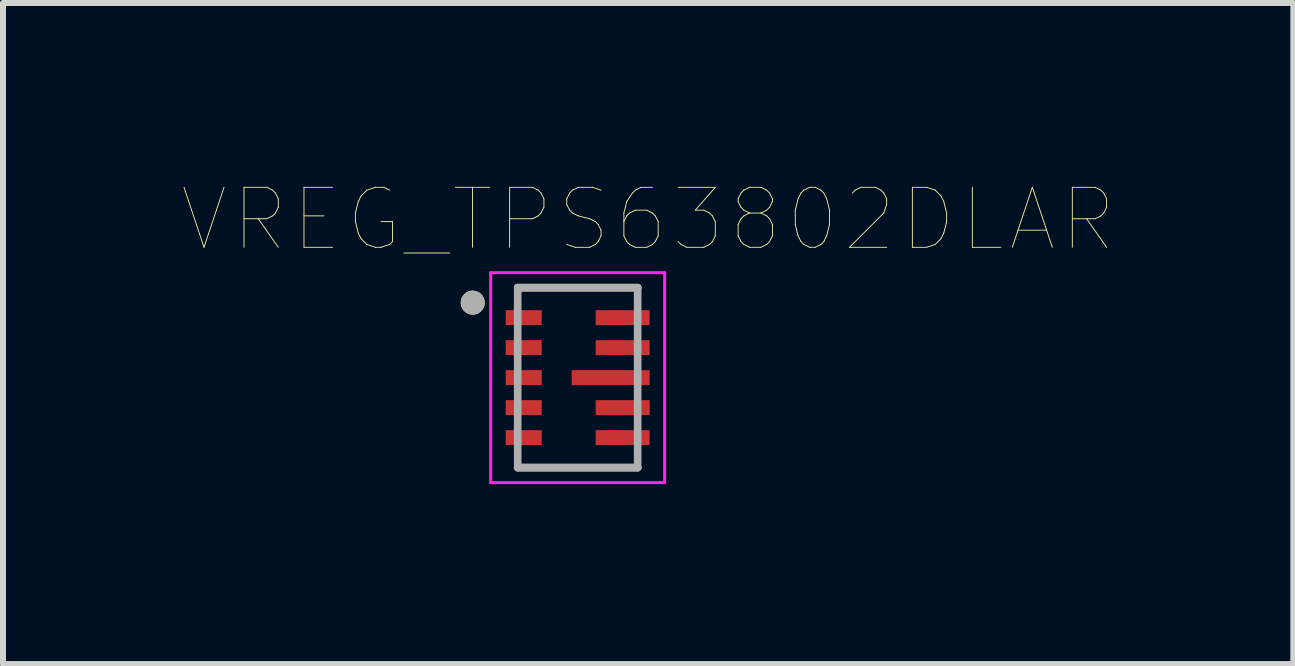
<source format=kicad_pcb>
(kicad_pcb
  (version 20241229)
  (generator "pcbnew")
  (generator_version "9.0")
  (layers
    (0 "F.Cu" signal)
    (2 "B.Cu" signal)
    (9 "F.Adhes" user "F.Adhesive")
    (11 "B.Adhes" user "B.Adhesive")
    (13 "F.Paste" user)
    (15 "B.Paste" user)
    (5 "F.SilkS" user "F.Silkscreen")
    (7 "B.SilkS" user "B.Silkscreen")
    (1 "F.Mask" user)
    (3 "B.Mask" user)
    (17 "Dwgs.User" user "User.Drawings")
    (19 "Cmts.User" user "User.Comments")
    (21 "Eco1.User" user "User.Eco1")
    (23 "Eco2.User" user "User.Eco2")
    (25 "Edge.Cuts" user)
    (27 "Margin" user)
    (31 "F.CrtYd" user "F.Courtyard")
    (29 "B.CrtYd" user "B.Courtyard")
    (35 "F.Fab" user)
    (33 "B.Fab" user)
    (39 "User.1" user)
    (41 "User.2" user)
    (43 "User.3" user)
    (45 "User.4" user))
  (footprint "VREG_TPS63802DLAR"
    (layer "F.Cu")
    (at 6.581 3.246)
    (property "Reference" "VREG_TPS63802DLAR" (at 1.175 -2.635 0) (layer "F.SilkS") (effects (font (size 1 1) (thickness 0.015))))
    (attr through_hole)
    (fp_poly (pts (xy -0.53 -1.075) (xy -0.53 -0.925) (xy -0.53 -0.919) (xy -0.531 -0.912) (xy -0.531 -0.906) (xy -0.533 -0.9) (xy -0.534 -0.894) (xy -0.536 -0.888) (xy -0.538 -0.882) (xy -0.54 -0.876) (xy -0.543 -0.871) (xy -0.546 -0.865) (xy -0.549 -0.86) (xy -0.553 -0.854) (xy -0.557 -0.849) (xy -0.561 -0.845) (xy -0.565 -0.84) (xy -0.57 -0.836) (xy -0.574 -0.832) (xy -0.579 -0.828) (xy -0.585 -0.824) (xy -0.59 -0.821) (xy -0.596 -0.818) (xy -0.601 -0.815) (xy -0.607 -0.813) (xy -0.613 -0.811) (xy -0.619 -0.809) (xy -0.625 -0.808) (xy -0.631 -0.806) (xy -0.637 -0.806) (xy -0.644 -0.805) (xy -0.65 -0.805) (xy -1.15 -0.805) (xy -1.156 -0.805) (xy -1.163 -0.806) (xy -1.169 -0.806) (xy -1.175 -0.808) (xy -1.181 -0.809) (xy -1.187 -0.811) (xy -1.193 -0.813) (xy -1.199 -0.815) (xy -1.204 -0.818) (xy -1.21 -0.821) (xy -1.215 -0.824) (xy -1.221 -0.828) (xy -1.226 -0.832) (xy -1.23 -0.836) (xy -1.235 -0.84) (xy -1.239 -0.845) (xy -1.243 -0.849) (xy -1.247 -0.854) (xy -1.251 -0.86) (xy -1.254 -0.865) (xy -1.257 -0.871) (xy -1.26 -0.876) (xy -1.262 -0.882) (xy -1.264 -0.888) (xy -1.266 -0.894) (xy -1.267 -0.9) (xy -1.269 -0.906) (xy -1.269 -0.912) (xy -1.27 -0.919) (xy -1.27 -0.925) (xy -1.27 -1.075) (xy -1.27 -1.081) (xy -1.269 -1.088) (xy -1.269 -1.094) (xy -1.267 -1.1) (xy -1.266 -1.106) (xy -1.264 -1.112) (xy -1.262 -1.118) (xy -1.26 -1.124) (xy -1.257 -1.129) (xy -1.254 -1.135) (xy -1.251 -1.14) (xy -1.247 -1.146) (xy -1.243 -1.151) (xy -1.239 -1.155) (xy -1.235 -1.16) (xy -1.23 -1.164) (xy -1.226 -1.168) (xy -1.221 -1.172) (xy -1.215 -1.176) (xy -1.21 -1.179) (xy -1.204 -1.182) (xy -1.199 -1.185) (xy -1.193 -1.187) (xy -1.187 -1.189) (xy -1.181 -1.191) (xy -1.175 -1.192) (xy -1.169 -1.194) (xy -1.163 -1.194) (xy -1.156 -1.195) (xy -1.15 -1.195) (xy -0.65 -1.195) (xy -0.644 -1.195) (xy -0.637 -1.194) (xy -0.631 -1.194) (xy -0.625 -1.192) (xy -0.619 -1.191) (xy -0.613 -1.189) (xy -0.607 -1.187) (xy -0.601 -1.185) (xy -0.596 -1.182) (xy -0.59 -1.179) (xy -0.585 -1.176) (xy -0.579 -1.172) (xy -0.574 -1.168) (xy -0.57 -1.164) (xy -0.565 -1.16) (xy -0.561 -1.155) (xy -0.557 -1.151) (xy -0.553 -1.146) (xy -0.549 -1.14) (xy -0.546 -1.135) (xy -0.543 -1.129) (xy -0.54 -1.124) (xy -0.538 -1.118) (xy -0.536 -1.112) (xy -0.534 -1.106) (xy -0.533 -1.1) (xy -0.531 -1.094) (xy -0.531 -1.088) (xy -0.53 -1.081) (xy -0.53 -1.075)) (stroke (width 0.01) (type solid)) (fill yes) (layer "F.Mask"))
    (fp_poly (pts (xy -0.53 -0.575) (xy -0.53 -0.425) (xy -0.53 -0.419) (xy -0.531 -0.412) (xy -0.531 -0.406) (xy -0.533 -0.4) (xy -0.534 -0.394) (xy -0.536 -0.388) (xy -0.538 -0.382) (xy -0.54 -0.376) (xy -0.543 -0.371) (xy -0.546 -0.365) (xy -0.549 -0.36) (xy -0.553 -0.354) (xy -0.557 -0.349) (xy -0.561 -0.345) (xy -0.565 -0.34) (xy -0.57 -0.336) (xy -0.574 -0.332) (xy -0.579 -0.328) (xy -0.585 -0.324) (xy -0.59 -0.321) (xy -0.596 -0.318) (xy -0.601 -0.315) (xy -0.607 -0.313) (xy -0.613 -0.311) (xy -0.619 -0.309) (xy -0.625 -0.308) (xy -0.631 -0.306) (xy -0.637 -0.306) (xy -0.644 -0.305) (xy -0.65 -0.305) (xy -1.15 -0.305) (xy -1.156 -0.305) (xy -1.163 -0.306) (xy -1.169 -0.306) (xy -1.175 -0.308) (xy -1.181 -0.309) (xy -1.187 -0.311) (xy -1.193 -0.313) (xy -1.199 -0.315) (xy -1.204 -0.318) (xy -1.21 -0.321) (xy -1.215 -0.324) (xy -1.221 -0.328) (xy -1.226 -0.332) (xy -1.23 -0.336) (xy -1.235 -0.34) (xy -1.239 -0.345) (xy -1.243 -0.349) (xy -1.247 -0.354) (xy -1.251 -0.36) (xy -1.254 -0.365) (xy -1.257 -0.371) (xy -1.26 -0.376) (xy -1.262 -0.382) (xy -1.264 -0.388) (xy -1.266 -0.394) (xy -1.267 -0.4) (xy -1.269 -0.406) (xy -1.269 -0.412) (xy -1.27 -0.419) (xy -1.27 -0.425) (xy -1.27 -0.575) (xy -1.27 -0.581) (xy -1.269 -0.588) (xy -1.269 -0.594) (xy -1.267 -0.6) (xy -1.266 -0.606) (xy -1.264 -0.612) (xy -1.262 -0.618) (xy -1.26 -0.624) (xy -1.257 -0.629) (xy -1.254 -0.635) (xy -1.251 -0.64) (xy -1.247 -0.646) (xy -1.243 -0.651) (xy -1.239 -0.655) (xy -1.235 -0.66) (xy -1.23 -0.664) (xy -1.226 -0.668) (xy -1.221 -0.672) (xy -1.215 -0.676) (xy -1.21 -0.679) (xy -1.204 -0.682) (xy -1.199 -0.685) (xy -1.193 -0.687) (xy -1.187 -0.689) (xy -1.181 -0.691) (xy -1.175 -0.692) (xy -1.169 -0.694) (xy -1.163 -0.694) (xy -1.156 -0.695) (xy -1.15 -0.695) (xy -0.65 -0.695) (xy -0.644 -0.695) (xy -0.637 -0.694) (xy -0.631 -0.694) (xy -0.625 -0.692) (xy -0.619 -0.691) (xy -0.613 -0.689) (xy -0.607 -0.687) (xy -0.601 -0.685) (xy -0.596 -0.682) (xy -0.59 -0.679) (xy -0.585 -0.676) (xy -0.579 -0.672) (xy -0.574 -0.668) (xy -0.57 -0.664) (xy -0.565 -0.66) (xy -0.561 -0.655) (xy -0.557 -0.651) (xy -0.553 -0.646) (xy -0.549 -0.64) (xy -0.546 -0.635) (xy -0.543 -0.629) (xy -0.54 -0.624) (xy -0.538 -0.618) (xy -0.536 -0.612) (xy -0.534 -0.606) (xy -0.533 -0.6) (xy -0.531 -0.594) (xy -0.531 -0.588) (xy -0.53 -0.581) (xy -0.53 -0.575)) (stroke (width 0.01) (type solid)) (fill yes) (layer "F.Mask"))
    (fp_poly (pts (xy -0.53 -0.075) (xy -0.53 0.075) (xy -0.53 0.081) (xy -0.531 0.088) (xy -0.531 0.094) (xy -0.533 0.1) (xy -0.534 0.106) (xy -0.536 0.112) (xy -0.538 0.118) (xy -0.54 0.124) (xy -0.543 0.129) (xy -0.546 0.135) (xy -0.549 0.14) (xy -0.553 0.146) (xy -0.557 0.151) (xy -0.561 0.155) (xy -0.565 0.16) (xy -0.57 0.164) (xy -0.574 0.168) (xy -0.579 0.172) (xy -0.585 0.176) (xy -0.59 0.179) (xy -0.596 0.182) (xy -0.601 0.185) (xy -0.607 0.187) (xy -0.613 0.189) (xy -0.619 0.191) (xy -0.625 0.192) (xy -0.631 0.194) (xy -0.637 0.194) (xy -0.644 0.195) (xy -0.65 0.195) (xy -1.15 0.195) (xy -1.156 0.195) (xy -1.163 0.194) (xy -1.169 0.194) (xy -1.175 0.192) (xy -1.181 0.191) (xy -1.187 0.189) (xy -1.193 0.187) (xy -1.199 0.185) (xy -1.204 0.182) (xy -1.21 0.179) (xy -1.215 0.176) (xy -1.221 0.172) (xy -1.226 0.168) (xy -1.23 0.164) (xy -1.235 0.16) (xy -1.239 0.155) (xy -1.243 0.151) (xy -1.247 0.146) (xy -1.251 0.14) (xy -1.254 0.135) (xy -1.257 0.129) (xy -1.26 0.124) (xy -1.262 0.118) (xy -1.264 0.112) (xy -1.266 0.106) (xy -1.267 0.1) (xy -1.269 0.094) (xy -1.269 0.088) (xy -1.27 0.081) (xy -1.27 0.075) (xy -1.27 -0.075) (xy -1.27 -0.081) (xy -1.269 -0.088) (xy -1.269 -0.094) (xy -1.267 -0.1) (xy -1.266 -0.106) (xy -1.264 -0.112) (xy -1.262 -0.118) (xy -1.26 -0.124) (xy -1.257 -0.129) (xy -1.254 -0.135) (xy -1.251 -0.14) (xy -1.247 -0.146) (xy -1.243 -0.151) (xy -1.239 -0.155) (xy -1.235 -0.16) (xy -1.23 -0.164) (xy -1.226 -0.168) (xy -1.221 -0.172) (xy -1.215 -0.176) (xy -1.21 -0.179) (xy -1.204 -0.182) (xy -1.199 -0.185) (xy -1.193 -0.187) (xy -1.187 -0.189) (xy -1.181 -0.191) (xy -1.175 -0.192) (xy -1.169 -0.194) (xy -1.163 -0.194) (xy -1.156 -0.195) (xy -1.15 -0.195) (xy -0.65 -0.195) (xy -0.644 -0.195) (xy -0.637 -0.194) (xy -0.631 -0.194) (xy -0.625 -0.192) (xy -0.619 -0.191) (xy -0.613 -0.189) (xy -0.607 -0.187) (xy -0.601 -0.185) (xy -0.596 -0.182) (xy -0.59 -0.179) (xy -0.585 -0.176) (xy -0.579 -0.172) (xy -0.574 -0.168) (xy -0.57 -0.164) (xy -0.565 -0.16) (xy -0.561 -0.155) (xy -0.557 -0.151) (xy -0.553 -0.146) (xy -0.549 -0.14) (xy -0.546 -0.135) (xy -0.543 -0.129) (xy -0.54 -0.124) (xy -0.538 -0.118) (xy -0.536 -0.112) (xy -0.534 -0.106) (xy -0.533 -0.1) (xy -0.531 -0.094) (xy -0.531 -0.088) (xy -0.53 -0.081) (xy -0.53 -0.075)) (stroke (width 0.01) (type solid)) (fill yes) (layer "F.Mask"))
    (fp_poly (pts (xy -0.53 0.425) (xy -0.53 0.575) (xy -0.53 0.581) (xy -0.531 0.588) (xy -0.531 0.594) (xy -0.533 0.6) (xy -0.534 0.606) (xy -0.536 0.612) (xy -0.538 0.618) (xy -0.54 0.624) (xy -0.543 0.629) (xy -0.546 0.635) (xy -0.549 0.64) (xy -0.553 0.646) (xy -0.557 0.651) (xy -0.561 0.655) (xy -0.565 0.66) (xy -0.57 0.664) (xy -0.574 0.668) (xy -0.579 0.672) (xy -0.585 0.676) (xy -0.59 0.679) (xy -0.596 0.682) (xy -0.601 0.685) (xy -0.607 0.687) (xy -0.613 0.689) (xy -0.619 0.691) (xy -0.625 0.692) (xy -0.631 0.694) (xy -0.637 0.694) (xy -0.644 0.695) (xy -0.65 0.695) (xy -1.15 0.695) (xy -1.156 0.695) (xy -1.163 0.694) (xy -1.169 0.694) (xy -1.175 0.692) (xy -1.181 0.691) (xy -1.187 0.689) (xy -1.193 0.687) (xy -1.199 0.685) (xy -1.204 0.682) (xy -1.21 0.679) (xy -1.215 0.676) (xy -1.221 0.672) (xy -1.226 0.668) (xy -1.23 0.664) (xy -1.235 0.66) (xy -1.239 0.655) (xy -1.243 0.651) (xy -1.247 0.646) (xy -1.251 0.64) (xy -1.254 0.635) (xy -1.257 0.629) (xy -1.26 0.624) (xy -1.262 0.618) (xy -1.264 0.612) (xy -1.266 0.606) (xy -1.267 0.6) (xy -1.269 0.594) (xy -1.269 0.588) (xy -1.27 0.581) (xy -1.27 0.575) (xy -1.27 0.425) (xy -1.27 0.419) (xy -1.269 0.412) (xy -1.269 0.406) (xy -1.267 0.4) (xy -1.266 0.394) (xy -1.264 0.388) (xy -1.262 0.382) (xy -1.26 0.376) (xy -1.257 0.371) (xy -1.254 0.365) (xy -1.251 0.36) (xy -1.247 0.354) (xy -1.243 0.349) (xy -1.239 0.345) (xy -1.235 0.34) (xy -1.23 0.336) (xy -1.226 0.332) (xy -1.221 0.328) (xy -1.215 0.324) (xy -1.21 0.321) (xy -1.204 0.318) (xy -1.199 0.315) (xy -1.193 0.313) (xy -1.187 0.311) (xy -1.181 0.309) (xy -1.175 0.308) (xy -1.169 0.306) (xy -1.163 0.306) (xy -1.156 0.305) (xy -1.15 0.305) (xy -0.65 0.305) (xy -0.644 0.305) (xy -0.637 0.306) (xy -0.631 0.306) (xy -0.625 0.308) (xy -0.619 0.309) (xy -0.613 0.311) (xy -0.607 0.313) (xy -0.601 0.315) (xy -0.596 0.318) (xy -0.59 0.321) (xy -0.585 0.324) (xy -0.579 0.328) (xy -0.574 0.332) (xy -0.57 0.336) (xy -0.565 0.34) (xy -0.561 0.345) (xy -0.557 0.349) (xy -0.553 0.354) (xy -0.549 0.36) (xy -0.546 0.365) (xy -0.543 0.371) (xy -0.54 0.376) (xy -0.538 0.382) (xy -0.536 0.388) (xy -0.534 0.394) (xy -0.533 0.4) (xy -0.531 0.406) (xy -0.531 0.412) (xy -0.53 0.419) (xy -0.53 0.425)) (stroke (width 0.01) (type solid)) (fill yes) (layer "F.Mask"))
    (fp_poly (pts (xy -0.53 0.925) (xy -0.53 1.075) (xy -0.53 1.081) (xy -0.531 1.088) (xy -0.531 1.094) (xy -0.533 1.1) (xy -0.534 1.106) (xy -0.536 1.112) (xy -0.538 1.118) (xy -0.54 1.124) (xy -0.543 1.129) (xy -0.546 1.135) (xy -0.549 1.14) (xy -0.553 1.146) (xy -0.557 1.151) (xy -0.561 1.155) (xy -0.565 1.16) (xy -0.57 1.164) (xy -0.574 1.168) (xy -0.579 1.172) (xy -0.585 1.176) (xy -0.59 1.179) (xy -0.596 1.182) (xy -0.601 1.185) (xy -0.607 1.187) (xy -0.613 1.189) (xy -0.619 1.191) (xy -0.625 1.192) (xy -0.631 1.194) (xy -0.637 1.194) (xy -0.644 1.195) (xy -0.65 1.195) (xy -1.15 1.195) (xy -1.156 1.195) (xy -1.163 1.194) (xy -1.169 1.194) (xy -1.175 1.192) (xy -1.181 1.191) (xy -1.187 1.189) (xy -1.193 1.187) (xy -1.199 1.185) (xy -1.204 1.182) (xy -1.21 1.179) (xy -1.215 1.176) (xy -1.221 1.172) (xy -1.226 1.168) (xy -1.23 1.164) (xy -1.235 1.16) (xy -1.239 1.155) (xy -1.243 1.151) (xy -1.247 1.146) (xy -1.251 1.14) (xy -1.254 1.135) (xy -1.257 1.129) (xy -1.26 1.124) (xy -1.262 1.118) (xy -1.264 1.112) (xy -1.266 1.106) (xy -1.267 1.1) (xy -1.269 1.094) (xy -1.269 1.088) (xy -1.27 1.081) (xy -1.27 1.075) (xy -1.27 0.925) (xy -1.27 0.919) (xy -1.269 0.912) (xy -1.269 0.906) (xy -1.267 0.9) (xy -1.266 0.894) (xy -1.264 0.888) (xy -1.262 0.882) (xy -1.26 0.876) (xy -1.257 0.871) (xy -1.254 0.865) (xy -1.251 0.86) (xy -1.247 0.854) (xy -1.243 0.849) (xy -1.239 0.845) (xy -1.235 0.84) (xy -1.23 0.836) (xy -1.226 0.832) (xy -1.221 0.828) (xy -1.215 0.824) (xy -1.21 0.821) (xy -1.204 0.818) (xy -1.199 0.815) (xy -1.193 0.813) (xy -1.187 0.811) (xy -1.181 0.809) (xy -1.175 0.808) (xy -1.169 0.806) (xy -1.163 0.806) (xy -1.156 0.805) (xy -1.15 0.805) (xy -0.65 0.805) (xy -0.644 0.805) (xy -0.637 0.806) (xy -0.631 0.806) (xy -0.625 0.808) (xy -0.619 0.809) (xy -0.613 0.811) (xy -0.607 0.813) (xy -0.601 0.815) (xy -0.596 0.818) (xy -0.59 0.821) (xy -0.585 0.824) (xy -0.579 0.828) (xy -0.574 0.832) (xy -0.57 0.836) (xy -0.565 0.84) (xy -0.561 0.845) (xy -0.557 0.849) (xy -0.553 0.854) (xy -0.549 0.86) (xy -0.546 0.865) (xy -0.543 0.871) (xy -0.54 0.876) (xy -0.538 0.882) (xy -0.536 0.888) (xy -0.534 0.894) (xy -0.533 0.9) (xy -0.531 0.906) (xy -0.531 0.912) (xy -0.53 0.919) (xy -0.53 0.925)) (stroke (width 0.01) (type solid)) (fill yes) (layer "F.Mask"))
    (fp_poly (pts (xy 1.27 -1.075) (xy 1.27 -0.925) (xy 1.27 -0.919) (xy 1.269 -0.912) (xy 1.269 -0.906) (xy 1.267 -0.9) (xy 1.266 -0.894) (xy 1.264 -0.888) (xy 1.262 -0.882) (xy 1.26 -0.876) (xy 1.257 -0.871) (xy 1.254 -0.865) (xy 1.251 -0.86) (xy 1.247 -0.854) (xy 1.243 -0.849) (xy 1.239 -0.845) (xy 1.235 -0.84) (xy 1.23 -0.836) (xy 1.226 -0.832) (xy 1.221 -0.828) (xy 1.215 -0.824) (xy 1.21 -0.821) (xy 1.204 -0.818) (xy 1.199 -0.815) (xy 1.193 -0.813) (xy 1.187 -0.811) (xy 1.181 -0.809) (xy 1.175 -0.808) (xy 1.169 -0.806) (xy 1.163 -0.806) (xy 1.156 -0.805) (xy 1.15 -0.805) (xy 0.35 -0.805) (xy 0.344 -0.805) (xy 0.337 -0.806) (xy 0.331 -0.806) (xy 0.325 -0.808) (xy 0.319 -0.809) (xy 0.313 -0.811) (xy 0.307 -0.813) (xy 0.301 -0.815) (xy 0.296 -0.818) (xy 0.29 -0.821) (xy 0.285 -0.824) (xy 0.279 -0.828) (xy 0.274 -0.832) (xy 0.27 -0.836) (xy 0.265 -0.84) (xy 0.261 -0.845) (xy 0.257 -0.849) (xy 0.253 -0.854) (xy 0.249 -0.86) (xy 0.246 -0.865) (xy 0.243 -0.871) (xy 0.24 -0.876) (xy 0.238 -0.882) (xy 0.236 -0.888) (xy 0.234 -0.894) (xy 0.233 -0.9) (xy 0.231 -0.906) (xy 0.231 -0.912) (xy 0.23 -0.919) (xy 0.23 -0.925) (xy 0.23 -1.075) (xy 0.23 -1.081) (xy 0.231 -1.088) (xy 0.231 -1.094) (xy 0.233 -1.1) (xy 0.234 -1.106) (xy 0.236 -1.112) (xy 0.238 -1.118) (xy 0.24 -1.124) (xy 0.243 -1.129) (xy 0.246 -1.135) (xy 0.249 -1.14) (xy 0.253 -1.146) (xy 0.257 -1.151) (xy 0.261 -1.155) (xy 0.265 -1.16) (xy 0.27 -1.164) (xy 0.274 -1.168) (xy 0.279 -1.172) (xy 0.285 -1.176) (xy 0.29 -1.179) (xy 0.296 -1.182) (xy 0.301 -1.185) (xy 0.307 -1.187) (xy 0.313 -1.189) (xy 0.319 -1.191) (xy 0.325 -1.192) (xy 0.331 -1.194) (xy 0.337 -1.194) (xy 0.344 -1.195) (xy 0.35 -1.195) (xy 1.15 -1.195) (xy 1.156 -1.195) (xy 1.163 -1.194) (xy 1.169 -1.194) (xy 1.175 -1.192) (xy 1.181 -1.191) (xy 1.187 -1.189) (xy 1.193 -1.187) (xy 1.199 -1.185) (xy 1.204 -1.182) (xy 1.21 -1.179) (xy 1.215 -1.176) (xy 1.221 -1.172) (xy 1.226 -1.168) (xy 1.23 -1.164) (xy 1.235 -1.16) (xy 1.239 -1.155) (xy 1.243 -1.151) (xy 1.247 -1.146) (xy 1.251 -1.14) (xy 1.254 -1.135) (xy 1.257 -1.129) (xy 1.26 -1.124) (xy 1.262 -1.118) (xy 1.264 -1.112) (xy 1.266 -1.106) (xy 1.267 -1.1) (xy 1.269 -1.094) (xy 1.269 -1.088) (xy 1.27 -1.081) (xy 1.27 -1.075)) (stroke (width 0.01) (type solid)) (fill yes) (layer "F.Mask"))
    (fp_poly (pts (xy 1.27 -0.575) (xy 1.27 -0.425) (xy 1.27 -0.419) (xy 1.269 -0.412) (xy 1.269 -0.406) (xy 1.267 -0.4) (xy 1.266 -0.394) (xy 1.264 -0.388) (xy 1.262 -0.382) (xy 1.26 -0.376) (xy 1.257 -0.371) (xy 1.254 -0.365) (xy 1.251 -0.36) (xy 1.247 -0.354) (xy 1.243 -0.349) (xy 1.239 -0.345) (xy 1.235 -0.34) (xy 1.23 -0.336) (xy 1.226 -0.332) (xy 1.221 -0.328) (xy 1.215 -0.324) (xy 1.21 -0.321) (xy 1.204 -0.318) (xy 1.199 -0.315) (xy 1.193 -0.313) (xy 1.187 -0.311) (xy 1.181 -0.309) (xy 1.175 -0.308) (xy 1.169 -0.306) (xy 1.163 -0.306) (xy 1.156 -0.305) (xy 1.15 -0.305) (xy 0.35 -0.305) (xy 0.344 -0.305) (xy 0.337 -0.306) (xy 0.331 -0.306) (xy 0.325 -0.308) (xy 0.319 -0.309) (xy 0.313 -0.311) (xy 0.307 -0.313) (xy 0.301 -0.315) (xy 0.296 -0.318) (xy 0.29 -0.321) (xy 0.285 -0.324) (xy 0.279 -0.328) (xy 0.274 -0.332) (xy 0.27 -0.336) (xy 0.265 -0.34) (xy 0.261 -0.345) (xy 0.257 -0.349) (xy 0.253 -0.354) (xy 0.249 -0.36) (xy 0.246 -0.365) (xy 0.243 -0.371) (xy 0.24 -0.376) (xy 0.238 -0.382) (xy 0.236 -0.388) (xy 0.234 -0.394) (xy 0.233 -0.4) (xy 0.231 -0.406) (xy 0.231 -0.412) (xy 0.23 -0.419) (xy 0.23 -0.425) (xy 0.23 -0.575) (xy 0.23 -0.581) (xy 0.231 -0.588) (xy 0.231 -0.594) (xy 0.233 -0.6) (xy 0.234 -0.606) (xy 0.236 -0.612) (xy 0.238 -0.618) (xy 0.24 -0.624) (xy 0.243 -0.629) (xy 0.246 -0.635) (xy 0.249 -0.64) (xy 0.253 -0.646) (xy 0.257 -0.651) (xy 0.261 -0.655) (xy 0.265 -0.66) (xy 0.27 -0.664) (xy 0.274 -0.668) (xy 0.279 -0.672) (xy 0.285 -0.676) (xy 0.29 -0.679) (xy 0.296 -0.682) (xy 0.301 -0.685) (xy 0.307 -0.687) (xy 0.313 -0.689) (xy 0.319 -0.691) (xy 0.325 -0.692) (xy 0.331 -0.694) (xy 0.337 -0.694) (xy 0.344 -0.695) (xy 0.35 -0.695) (xy 1.15 -0.695) (xy 1.156 -0.695) (xy 1.163 -0.694) (xy 1.169 -0.694) (xy 1.175 -0.692) (xy 1.181 -0.691) (xy 1.187 -0.689) (xy 1.193 -0.687) (xy 1.199 -0.685) (xy 1.204 -0.682) (xy 1.21 -0.679) (xy 1.215 -0.676) (xy 1.221 -0.672) (xy 1.226 -0.668) (xy 1.23 -0.664) (xy 1.235 -0.66) (xy 1.239 -0.655) (xy 1.243 -0.651) (xy 1.247 -0.646) (xy 1.251 -0.64) (xy 1.254 -0.635) (xy 1.257 -0.629) (xy 1.26 -0.624) (xy 1.262 -0.618) (xy 1.264 -0.612) (xy 1.266 -0.606) (xy 1.267 -0.6) (xy 1.269 -0.594) (xy 1.269 -0.588) (xy 1.27 -0.581) (xy 1.27 -0.575)) (stroke (width 0.01) (type solid)) (fill yes) (layer "F.Mask"))
    (fp_poly (pts (xy 1.27 -0.075) (xy 1.27 0.075) (xy 1.27 0.081) (xy 1.269 0.088) (xy 1.269 0.094) (xy 1.267 0.1) (xy 1.266 0.106) (xy 1.264 0.112) (xy 1.262 0.118) (xy 1.26 0.124) (xy 1.257 0.129) (xy 1.254 0.135) (xy 1.251 0.14) (xy 1.247 0.146) (xy 1.243 0.151) (xy 1.239 0.155) (xy 1.235 0.16) (xy 1.23 0.164) (xy 1.226 0.168) (xy 1.221 0.172) (xy 1.215 0.176) (xy 1.21 0.179) (xy 1.204 0.182) (xy 1.199 0.185) (xy 1.193 0.187) (xy 1.187 0.189) (xy 1.181 0.191) (xy 1.175 0.192) (xy 1.169 0.194) (xy 1.163 0.194) (xy 1.156 0.195) (xy 1.15 0.195) (xy -0.05 0.195) (xy -0.056 0.195) (xy -0.063 0.194) (xy -0.069 0.194) (xy -0.075 0.192) (xy -0.081 0.191) (xy -0.087 0.189) (xy -0.093 0.187) (xy -0.099 0.185) (xy -0.104 0.182) (xy -0.11 0.179) (xy -0.115 0.176) (xy -0.121 0.172) (xy -0.126 0.168) (xy -0.13 0.164) (xy -0.135 0.16) (xy -0.139 0.155) (xy -0.143 0.151) (xy -0.147 0.146) (xy -0.151 0.14) (xy -0.154 0.135) (xy -0.157 0.129) (xy -0.16 0.124) (xy -0.162 0.118) (xy -0.164 0.112) (xy -0.166 0.106) (xy -0.167 0.1) (xy -0.169 0.094) (xy -0.169 0.088) (xy -0.17 0.081) (xy -0.17 0.075) (xy -0.17 -0.075) (xy -0.17 -0.081) (xy -0.169 -0.088) (xy -0.169 -0.094) (xy -0.167 -0.1) (xy -0.166 -0.106) (xy -0.164 -0.112) (xy -0.162 -0.118) (xy -0.16 -0.124) (xy -0.157 -0.129) (xy -0.154 -0.135) (xy -0.151 -0.14) (xy -0.147 -0.146) (xy -0.143 -0.151) (xy -0.139 -0.155) (xy -0.135 -0.16) (xy -0.13 -0.164) (xy -0.126 -0.168) (xy -0.121 -0.172) (xy -0.115 -0.176) (xy -0.11 -0.179) (xy -0.104 -0.182) (xy -0.099 -0.185) (xy -0.093 -0.187) (xy -0.087 -0.189) (xy -0.081 -0.191) (xy -0.075 -0.192) (xy -0.069 -0.194) (xy -0.063 -0.194) (xy -0.056 -0.195) (xy -0.05 -0.195) (xy 1.15 -0.195) (xy 1.156 -0.195) (xy 1.163 -0.194) (xy 1.169 -0.194) (xy 1.175 -0.192) (xy 1.181 -0.191) (xy 1.187 -0.189) (xy 1.193 -0.187) (xy 1.199 -0.185) (xy 1.204 -0.182) (xy 1.21 -0.179) (xy 1.215 -0.176) (xy 1.221 -0.172) (xy 1.226 -0.168) (xy 1.23 -0.164) (xy 1.235 -0.16) (xy 1.239 -0.155) (xy 1.243 -0.151) (xy 1.247 -0.146) (xy 1.251 -0.14) (xy 1.254 -0.135) (xy 1.257 -0.129) (xy 1.26 -0.124) (xy 1.262 -0.118) (xy 1.264 -0.112) (xy 1.266 -0.106) (xy 1.267 -0.1) (xy 1.269 -0.094) (xy 1.269 -0.088) (xy 1.27 -0.081) (xy 1.27 -0.075)) (stroke (width 0.01) (type solid)) (fill yes) (layer "F.Mask"))
    (fp_poly (pts (xy 1.27 0.425) (xy 1.27 0.575) (xy 1.27 0.581) (xy 1.269 0.588) (xy 1.269 0.594) (xy 1.267 0.6) (xy 1.266 0.606) (xy 1.264 0.612) (xy 1.262 0.618) (xy 1.26 0.624) (xy 1.257 0.629) (xy 1.254 0.635) (xy 1.251 0.64) (xy 1.247 0.646) (xy 1.243 0.651) (xy 1.239 0.655) (xy 1.235 0.66) (xy 1.23 0.664) (xy 1.226 0.668) (xy 1.221 0.672) (xy 1.215 0.676) (xy 1.21 0.679) (xy 1.204 0.682) (xy 1.199 0.685) (xy 1.193 0.687) (xy 1.187 0.689) (xy 1.181 0.691) (xy 1.175 0.692) (xy 1.169 0.694) (xy 1.163 0.694) (xy 1.156 0.695) (xy 1.15 0.695) (xy 0.35 0.695) (xy 0.344 0.695) (xy 0.337 0.694) (xy 0.331 0.694) (xy 0.325 0.692) (xy 0.319 0.691) (xy 0.313 0.689) (xy 0.307 0.687) (xy 0.301 0.685) (xy 0.296 0.682) (xy 0.29 0.679) (xy 0.285 0.676) (xy 0.279 0.672) (xy 0.274 0.668) (xy 0.27 0.664) (xy 0.265 0.66) (xy 0.261 0.655) (xy 0.257 0.651) (xy 0.253 0.646) (xy 0.249 0.64) (xy 0.246 0.635) (xy 0.243 0.629) (xy 0.24 0.624) (xy 0.238 0.618) (xy 0.236 0.612) (xy 0.234 0.606) (xy 0.233 0.6) (xy 0.231 0.594) (xy 0.231 0.588) (xy 0.23 0.581) (xy 0.23 0.575) (xy 0.23 0.425) (xy 0.23 0.419) (xy 0.231 0.412) (xy 0.231 0.406) (xy 0.233 0.4) (xy 0.234 0.394) (xy 0.236 0.388) (xy 0.238 0.382) (xy 0.24 0.376) (xy 0.243 0.371) (xy 0.246 0.365) (xy 0.249 0.36) (xy 0.253 0.354) (xy 0.257 0.349) (xy 0.261 0.345) (xy 0.265 0.34) (xy 0.27 0.336) (xy 0.274 0.332) (xy 0.279 0.328) (xy 0.285 0.324) (xy 0.29 0.321) (xy 0.296 0.318) (xy 0.301 0.315) (xy 0.307 0.313) (xy 0.313 0.311) (xy 0.319 0.309) (xy 0.325 0.308) (xy 0.331 0.306) (xy 0.337 0.306) (xy 0.344 0.305) (xy 0.35 0.305) (xy 1.15 0.305) (xy 1.156 0.305) (xy 1.163 0.306) (xy 1.169 0.306) (xy 1.175 0.308) (xy 1.181 0.309) (xy 1.187 0.311) (xy 1.193 0.313) (xy 1.199 0.315) (xy 1.204 0.318) (xy 1.21 0.321) (xy 1.215 0.324) (xy 1.221 0.328) (xy 1.226 0.332) (xy 1.23 0.336) (xy 1.235 0.34) (xy 1.239 0.345) (xy 1.243 0.349) (xy 1.247 0.354) (xy 1.251 0.36) (xy 1.254 0.365) (xy 1.257 0.371) (xy 1.26 0.376) (xy 1.262 0.382) (xy 1.264 0.388) (xy 1.266 0.394) (xy 1.267 0.4) (xy 1.269 0.406) (xy 1.269 0.412) (xy 1.27 0.419) (xy 1.27 0.425)) (stroke (width 0.01) (type solid)) (fill yes) (layer "F.Mask"))
    (fp_poly (pts (xy 1.27 0.925) (xy 1.27 1.075) (xy 1.27 1.081) (xy 1.269 1.088) (xy 1.269 1.094) (xy 1.267 1.1) (xy 1.266 1.106) (xy 1.264 1.112) (xy 1.262 1.118) (xy 1.26 1.124) (xy 1.257 1.129) (xy 1.254 1.135) (xy 1.251 1.14) (xy 1.247 1.146) (xy 1.243 1.151) (xy 1.239 1.155) (xy 1.235 1.16) (xy 1.23 1.164) (xy 1.226 1.168) (xy 1.221 1.172) (xy 1.215 1.176) (xy 1.21 1.179) (xy 1.204 1.182) (xy 1.199 1.185) (xy 1.193 1.187) (xy 1.187 1.189) (xy 1.181 1.191) (xy 1.175 1.192) (xy 1.169 1.194) (xy 1.163 1.194) (xy 1.156 1.195) (xy 1.15 1.195) (xy 0.35 1.195) (xy 0.344 1.195) (xy 0.337 1.194) (xy 0.331 1.194) (xy 0.325 1.192) (xy 0.319 1.191) (xy 0.313 1.189) (xy 0.307 1.187) (xy 0.301 1.185) (xy 0.296 1.182) (xy 0.29 1.179) (xy 0.285 1.176) (xy 0.279 1.172) (xy 0.274 1.168) (xy 0.27 1.164) (xy 0.265 1.16) (xy 0.261 1.155) (xy 0.257 1.151) (xy 0.253 1.146) (xy 0.249 1.14) (xy 0.246 1.135) (xy 0.243 1.129) (xy 0.24 1.124) (xy 0.238 1.118) (xy 0.236 1.112) (xy 0.234 1.106) (xy 0.233 1.1) (xy 0.231 1.094) (xy 0.231 1.088) (xy 0.23 1.081) (xy 0.23 1.075) (xy 0.23 0.925) (xy 0.23 0.919) (xy 0.231 0.912) (xy 0.231 0.906) (xy 0.233 0.9) (xy 0.234 0.894) (xy 0.236 0.888) (xy 0.238 0.882) (xy 0.24 0.876) (xy 0.243 0.871) (xy 0.246 0.865) (xy 0.249 0.86) (xy 0.253 0.854) (xy 0.257 0.849) (xy 0.261 0.845) (xy 0.265 0.84) (xy 0.27 0.836) (xy 0.274 0.832) (xy 0.279 0.828) (xy 0.285 0.824) (xy 0.29 0.821) (xy 0.296 0.818) (xy 0.301 0.815) (xy 0.307 0.813) (xy 0.313 0.811) (xy 0.319 0.809) (xy 0.325 0.808) (xy 0.331 0.806) (xy 0.337 0.806) (xy 0.344 0.805) (xy 0.35 0.805) (xy 1.15 0.805) (xy 1.156 0.805) (xy 1.163 0.806) (xy 1.169 0.806) (xy 1.175 0.808) (xy 1.181 0.809) (xy 1.187 0.811) (xy 1.193 0.813) (xy 1.199 0.815) (xy 1.204 0.818) (xy 1.21 0.821) (xy 1.215 0.824) (xy 1.221 0.828) (xy 1.226 0.832) (xy 1.23 0.836) (xy 1.235 0.84) (xy 1.239 0.845) (xy 1.243 0.849) (xy 1.247 0.854) (xy 1.251 0.86) (xy 1.254 0.865) (xy 1.257 0.871) (xy 1.26 0.876) (xy 1.262 0.882) (xy 1.264 0.888) (xy 1.266 0.894) (xy 1.267 0.9) (xy 1.269 0.906) (xy 1.269 0.912) (xy 1.27 0.919) (xy 1.27 0.925)) (stroke (width 0.01) (type solid)) (fill yes) (layer "F.Mask"))
    (fp_line (start -1 -1.5) (end 1 -1.5) (stroke (width 0.127) (type solid)) (layer "F.SilkS"))
    (fp_line (start -1 1.5) (end 1 1.5) (stroke (width 0.127) (type solid)) (layer "F.SilkS"))
    (fp_circle (center -1.75 -1.25) (end -1.65 -1.25) (stroke (width 0.2) (type solid)) (fill no) (layer "F.SilkS"))
    (fp_poly (pts (xy 0.4 0.125) (xy -0.05 0.125) (xy -0.053 0.125) (xy -0.055 0.125) (xy -0.058 0.124) (xy -0.06 0.124) (xy -0.063 0.123) (xy -0.065 0.123) (xy -0.068 0.122) (xy -0.07 0.121) (xy -0.073 0.12) (xy -0.075 0.118) (xy -0.077 0.117) (xy -0.079 0.115) (xy -0.081 0.114) (xy -0.083 0.112) (xy -0.085 0.11) (xy -0.087 0.108) (xy -0.089 0.106) (xy -0.09 0.104) (xy -0.092 0.102) (xy -0.093 0.1) (xy -0.095 0.098) (xy -0.096 0.095) (xy -0.097 0.093) (xy -0.098 0.09) (xy -0.098 0.088) (xy -0.099 0.085) (xy -0.099 0.083) (xy -0.1 0.08) (xy -0.1 0.078) (xy -0.1 0.075) (xy -0.1 -0.075) (xy -0.1 -0.078) (xy -0.1 -0.08) (xy -0.099 -0.083) (xy -0.099 -0.085) (xy -0.098 -0.088) (xy -0.098 -0.09) (xy -0.097 -0.093) (xy -0.096 -0.095) (xy -0.095 -0.098) (xy -0.093 -0.1) (xy -0.092 -0.102) (xy -0.09 -0.104) (xy -0.089 -0.106) (xy -0.087 -0.108) (xy -0.085 -0.11) (xy -0.083 -0.112) (xy -0.081 -0.114) (xy -0.079 -0.115) (xy -0.077 -0.117) (xy -0.075 -0.118) (xy -0.073 -0.12) (xy -0.07 -0.121) (xy -0.068 -0.122) (xy -0.065 -0.123) (xy -0.063 -0.123) (xy -0.06 -0.124) (xy -0.058 -0.124) (xy -0.055 -0.125) (xy -0.053 -0.125) (xy -0.05 -0.125) (xy 0.4 -0.125) (xy 0.403 -0.125) (xy 0.405 -0.125) (xy 0.408 -0.124) (xy 0.41 -0.124) (xy 0.413 -0.123) (xy 0.415 -0.123) (xy 0.418 -0.122) (xy 0.42 -0.121) (xy 0.423 -0.12) (xy 0.425 -0.118) (xy 0.427 -0.117) (xy 0.429 -0.115) (xy 0.431 -0.114) (xy 0.433 -0.112) (xy 0.435 -0.11) (xy 0.437 -0.108) (xy 0.439 -0.106) (xy 0.44 -0.104) (xy 0.442 -0.102) (xy 0.443 -0.1) (xy 0.445 -0.098) (xy 0.446 -0.095) (xy 0.447 -0.093) (xy 0.448 -0.09) (xy 0.448 -0.088) (xy 0.449 -0.085) (xy 0.449 -0.083) (xy 0.45 -0.08) (xy 0.45 -0.078) (xy 0.45 -0.075) (xy 0.45 0.075) (xy 0.45 0.078) (xy 0.45 0.08) (xy 0.449 0.083) (xy 0.449 0.085) (xy 0.448 0.088) (xy 0.448 0.09) (xy 0.447 0.093) (xy 0.446 0.095) (xy 0.445 0.098) (xy 0.443 0.1) (xy 0.442 0.102) (xy 0.44 0.104) (xy 0.439 0.106) (xy 0.437 0.108) (xy 0.435 0.11) (xy 0.433 0.112) (xy 0.431 0.114) (xy 0.429 0.115) (xy 0.427 0.117) (xy 0.425 0.118) (xy 0.423 0.12) (xy 0.42 0.121) (xy 0.418 0.122) (xy 0.415 0.123) (xy 0.413 0.123) (xy 0.41 0.124) (xy 0.408 0.124) (xy 0.405 0.125) (xy 0.403 0.125) (xy 0.4 0.125)) (stroke (width 0.01) (type solid)) (fill yes) (layer "F.Paste"))
    (fp_poly (pts (xy 1.15 0.125) (xy 0.7 0.125) (xy 0.697 0.125) (xy 0.695 0.125) (xy 0.692 0.124) (xy 0.69 0.124) (xy 0.687 0.123) (xy 0.685 0.123) (xy 0.682 0.122) (xy 0.68 0.121) (xy 0.677 0.12) (xy 0.675 0.118) (xy 0.673 0.117) (xy 0.671 0.115) (xy 0.669 0.114) (xy 0.667 0.112) (xy 0.665 0.11) (xy 0.663 0.108) (xy 0.661 0.106) (xy 0.66 0.104) (xy 0.658 0.102) (xy 0.657 0.1) (xy 0.655 0.098) (xy 0.654 0.095) (xy 0.653 0.093) (xy 0.652 0.09) (xy 0.652 0.088) (xy 0.651 0.085) (xy 0.651 0.083) (xy 0.65 0.08) (xy 0.65 0.078) (xy 0.65 0.075) (xy 0.65 -0.075) (xy 0.65 -0.078) (xy 0.65 -0.08) (xy 0.651 -0.083) (xy 0.651 -0.085) (xy 0.652 -0.088) (xy 0.652 -0.09) (xy 0.653 -0.093) (xy 0.654 -0.095) (xy 0.655 -0.098) (xy 0.657 -0.1) (xy 0.658 -0.102) (xy 0.66 -0.104) (xy 0.661 -0.106) (xy 0.663 -0.108) (xy 0.665 -0.11) (xy 0.667 -0.112) (xy 0.669 -0.114) (xy 0.671 -0.115) (xy 0.673 -0.117) (xy 0.675 -0.118) (xy 0.677 -0.12) (xy 0.68 -0.121) (xy 0.682 -0.122) (xy 0.685 -0.123) (xy 0.687 -0.123) (xy 0.69 -0.124) (xy 0.692 -0.124) (xy 0.695 -0.125) (xy 0.697 -0.125) (xy 0.7 -0.125) (xy 1.15 -0.125) (xy 1.153 -0.125) (xy 1.155 -0.125) (xy 1.158 -0.124) (xy 1.16 -0.124) (xy 1.163 -0.123) (xy 1.165 -0.123) (xy 1.168 -0.122) (xy 1.17 -0.121) (xy 1.173 -0.12) (xy 1.175 -0.118) (xy 1.177 -0.117) (xy 1.179 -0.115) (xy 1.181 -0.114) (xy 1.183 -0.112) (xy 1.185 -0.11) (xy 1.187 -0.108) (xy 1.189 -0.106) (xy 1.19 -0.104) (xy 1.192 -0.102) (xy 1.193 -0.1) (xy 1.195 -0.098) (xy 1.196 -0.095) (xy 1.197 -0.093) (xy 1.198 -0.09) (xy 1.198 -0.088) (xy 1.199 -0.085) (xy 1.199 -0.083) (xy 1.2 -0.08) (xy 1.2 -0.078) (xy 1.2 -0.075) (xy 1.2 0.075) (xy 1.2 0.078) (xy 1.2 0.08) (xy 1.199 0.083) (xy 1.199 0.085) (xy 1.198 0.088) (xy 1.198 0.09) (xy 1.197 0.093) (xy 1.196 0.095) (xy 1.195 0.098) (xy 1.193 0.1) (xy 1.192 0.102) (xy 1.19 0.104) (xy 1.189 0.106) (xy 1.187 0.108) (xy 1.185 0.11) (xy 1.183 0.112) (xy 1.181 0.114) (xy 1.179 0.115) (xy 1.177 0.117) (xy 1.175 0.118) (xy 1.173 0.12) (xy 1.17 0.121) (xy 1.168 0.122) (xy 1.165 0.123) (xy 1.163 0.123) (xy 1.16 0.124) (xy 1.158 0.124) (xy 1.155 0.125) (xy 1.153 0.125) (xy 1.15 0.125)) (stroke (width 0.01) (type solid)) (fill yes) (layer "F.Paste"))
    (fp_line (start -1.45 -1.75) (end -1.45 1.75) (stroke (width 0.05) (type solid)) (layer "F.CrtYd"))
    (fp_line (start -1.45 -1.75) (end 1.45 -1.75) (stroke (width 0.05) (type solid)) (layer "F.CrtYd"))
    (fp_line (start -1.45 1.75) (end 1.45 1.75) (stroke (width 0.05) (type solid)) (layer "F.CrtYd"))
    (fp_line (start 1.45 -1.75) (end 1.45 1.75) (stroke (width 0.05) (type solid)) (layer "F.CrtYd"))
    (fp_line (start -1 -1.5) (end -1 1.5) (stroke (width 0.127) (type solid)) (layer "F.Fab"))
    (fp_line (start -1 -1.5) (end 1 -1.5) (stroke (width 0.127) (type solid)) (layer "F.Fab"))
    (fp_line (start -1 1.5) (end 1 1.5) (stroke (width 0.127) (type solid)) (layer "F.Fab"))
    (fp_line (start 1 -1.5) (end 1 1.5) (stroke (width 0.127) (type solid)) (layer "F.Fab"))
    (fp_circle (center -1.75 -1.25) (end -1.65 -1.25) (stroke (width 0.2) (type solid)) (fill no) (layer "F.Fab"))
    (pad "1" smd rect (at -0.9 -1) (size 0.6 0.25) (layers "F.Cu" "F.Paste"))
    (pad "2" smd rect (at -0.9 -0.5) (size 0.6 0.25) (layers "F.Cu" "F.Paste"))
    (pad "3" smd rect (at -0.9 0) (size 0.6 0.25) (layers "F.Cu" "F.Paste"))
    (pad "4" smd rect (at -0.9 0.5) (size 0.6 0.25) (layers "F.Cu" "F.Paste"))
    (pad "5" smd rect (at -0.9 1) (size 0.6 0.25) (layers "F.Cu" "F.Paste"))
    (pad "6" smd rect (at 0.75 1) (size 0.9 0.25) (layers "F.Cu" "F.Paste"))
    (pad "7" smd rect (at 0.75 0.5) (size 0.9 0.25) (layers "F.Cu" "F.Paste"))
    (pad "8" smd rect (at 0.55 0) (size 1.3 0.25) (layers "F.Cu"))
    (pad "9" smd rect (at 0.75 -0.5) (size 0.9 0.25) (layers "F.Cu" "F.Paste"))
    (pad "10" smd rect (at 0.75 -1) (size 0.9 0.25) (layers "F.Cu" "F.Paste")))
  (gr_rect
    (start -3 -3)
    (end 18.512 8.021)
    (stroke (width 0.1) (type default))
    (fill no)
    (layer "Edge.Cuts")))
</source>
